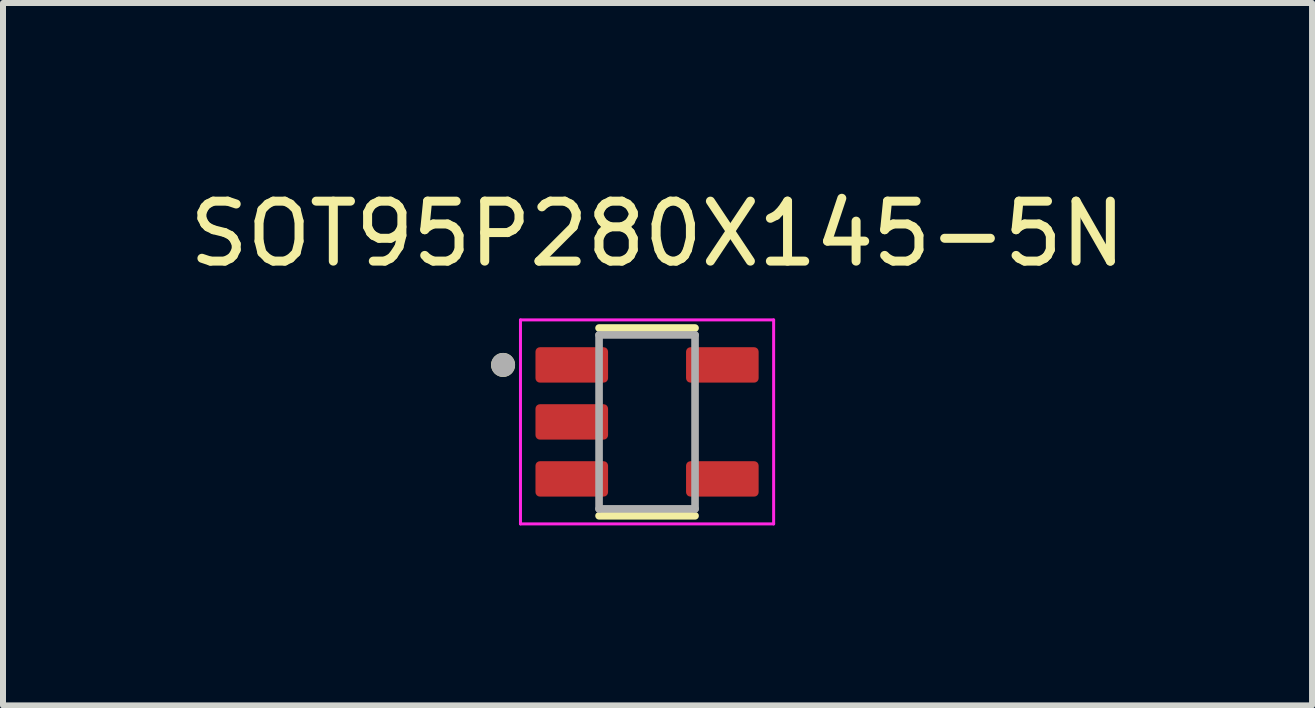
<source format=kicad_pcb>
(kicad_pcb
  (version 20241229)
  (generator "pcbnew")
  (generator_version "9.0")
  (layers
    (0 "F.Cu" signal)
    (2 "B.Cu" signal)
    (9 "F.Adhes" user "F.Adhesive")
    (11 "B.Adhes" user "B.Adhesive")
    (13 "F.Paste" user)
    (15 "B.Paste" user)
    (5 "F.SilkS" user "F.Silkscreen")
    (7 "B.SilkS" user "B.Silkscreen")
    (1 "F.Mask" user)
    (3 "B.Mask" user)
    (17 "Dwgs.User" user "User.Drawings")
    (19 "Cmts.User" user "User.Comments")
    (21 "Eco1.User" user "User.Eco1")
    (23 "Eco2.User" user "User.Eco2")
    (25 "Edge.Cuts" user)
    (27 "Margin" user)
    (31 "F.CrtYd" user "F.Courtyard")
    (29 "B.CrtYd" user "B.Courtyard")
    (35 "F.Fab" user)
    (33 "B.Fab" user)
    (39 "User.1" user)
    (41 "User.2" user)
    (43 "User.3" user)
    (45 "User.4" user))
  (footprint "SOT95P280X145-5N"
    (layer "F.Cu")
    (at 7.736 3.983)
    (property "Reference" "SOT95P280X145-5N" (at 0.175 -3.135 0) (layer "F.SilkS") (effects (font (size 1 1) (thickness 0.15))))
    (attr smd)
    (fp_line (start -0.8 1.565) (end 0.8 1.565) (stroke (width 0.127) (type solid)) (layer "F.SilkS"))
    (fp_line (start 0.8 -1.565) (end -0.8 -1.565) (stroke (width 0.127) (type solid)) (layer "F.SilkS"))
    (fp_circle (center -2.4 -0.95) (end -2.3 -0.95) (stroke (width 0.2) (type solid)) (fill no) (layer "F.SilkS"))
    (fp_line (start -2.11 -1.7) (end -2.11 1.7) (stroke (width 0.05) (type solid)) (layer "F.CrtYd"))
    (fp_line (start -2.11 1.7) (end 2.11 1.7) (stroke (width 0.05) (type solid)) (layer "F.CrtYd"))
    (fp_line (start 2.11 -1.7) (end -2.11 -1.7) (stroke (width 0.05) (type solid)) (layer "F.CrtYd"))
    (fp_line (start 2.11 1.7) (end 2.11 -1.7) (stroke (width 0.05) (type solid)) (layer "F.CrtYd"))
    (fp_line (start -0.8 -1.45) (end -0.8 1.45) (stroke (width 0.127) (type solid)) (layer "F.Fab"))
    (fp_line (start -0.8 1.45) (end 0.8 1.45) (stroke (width 0.127) (type solid)) (layer "F.Fab"))
    (fp_line (start 0.8 -1.45) (end -0.8 -1.45) (stroke (width 0.127) (type solid)) (layer "F.Fab"))
    (fp_line (start 0.8 1.45) (end 0.8 -1.45) (stroke (width 0.127) (type solid)) (layer "F.Fab"))
    (fp_circle (center -2.4 -0.95) (end -2.3 -0.95) (stroke (width 0.2) (type solid)) (fill no) (layer "F.Fab"))
    (pad "1" smd roundrect (at -1.255 -0.95) (size 1.21 0.59) (layers "F.Cu" "F.Mask" "F.Paste") (roundrect_rratio 0.125))
    (pad "2" smd roundrect (at -1.255 0) (size 1.21 0.59) (layers "F.Cu" "F.Mask" "F.Paste") (roundrect_rratio 0.125))
    (pad "3" smd roundrect (at -1.255 0.95) (size 1.21 0.59) (layers "F.Cu" "F.Mask" "F.Paste") (roundrect_rratio 0.125))
    (pad "4" smd roundrect (at 1.255 0.95) (size 1.21 0.59) (layers "F.Cu" "F.Mask" "F.Paste") (roundrect_rratio 0.125))
    (pad "5" smd roundrect (at 1.255 -0.95) (size 1.21 0.59) (layers "F.Cu" "F.Mask" "F.Paste") (roundrect_rratio 0.125)))
  (gr_rect
    (start -3 -3)
    (end 18.821 8.708)
    (stroke (width 0.1) (type default))
    (fill no)
    (layer "Edge.Cuts")))
</source>
